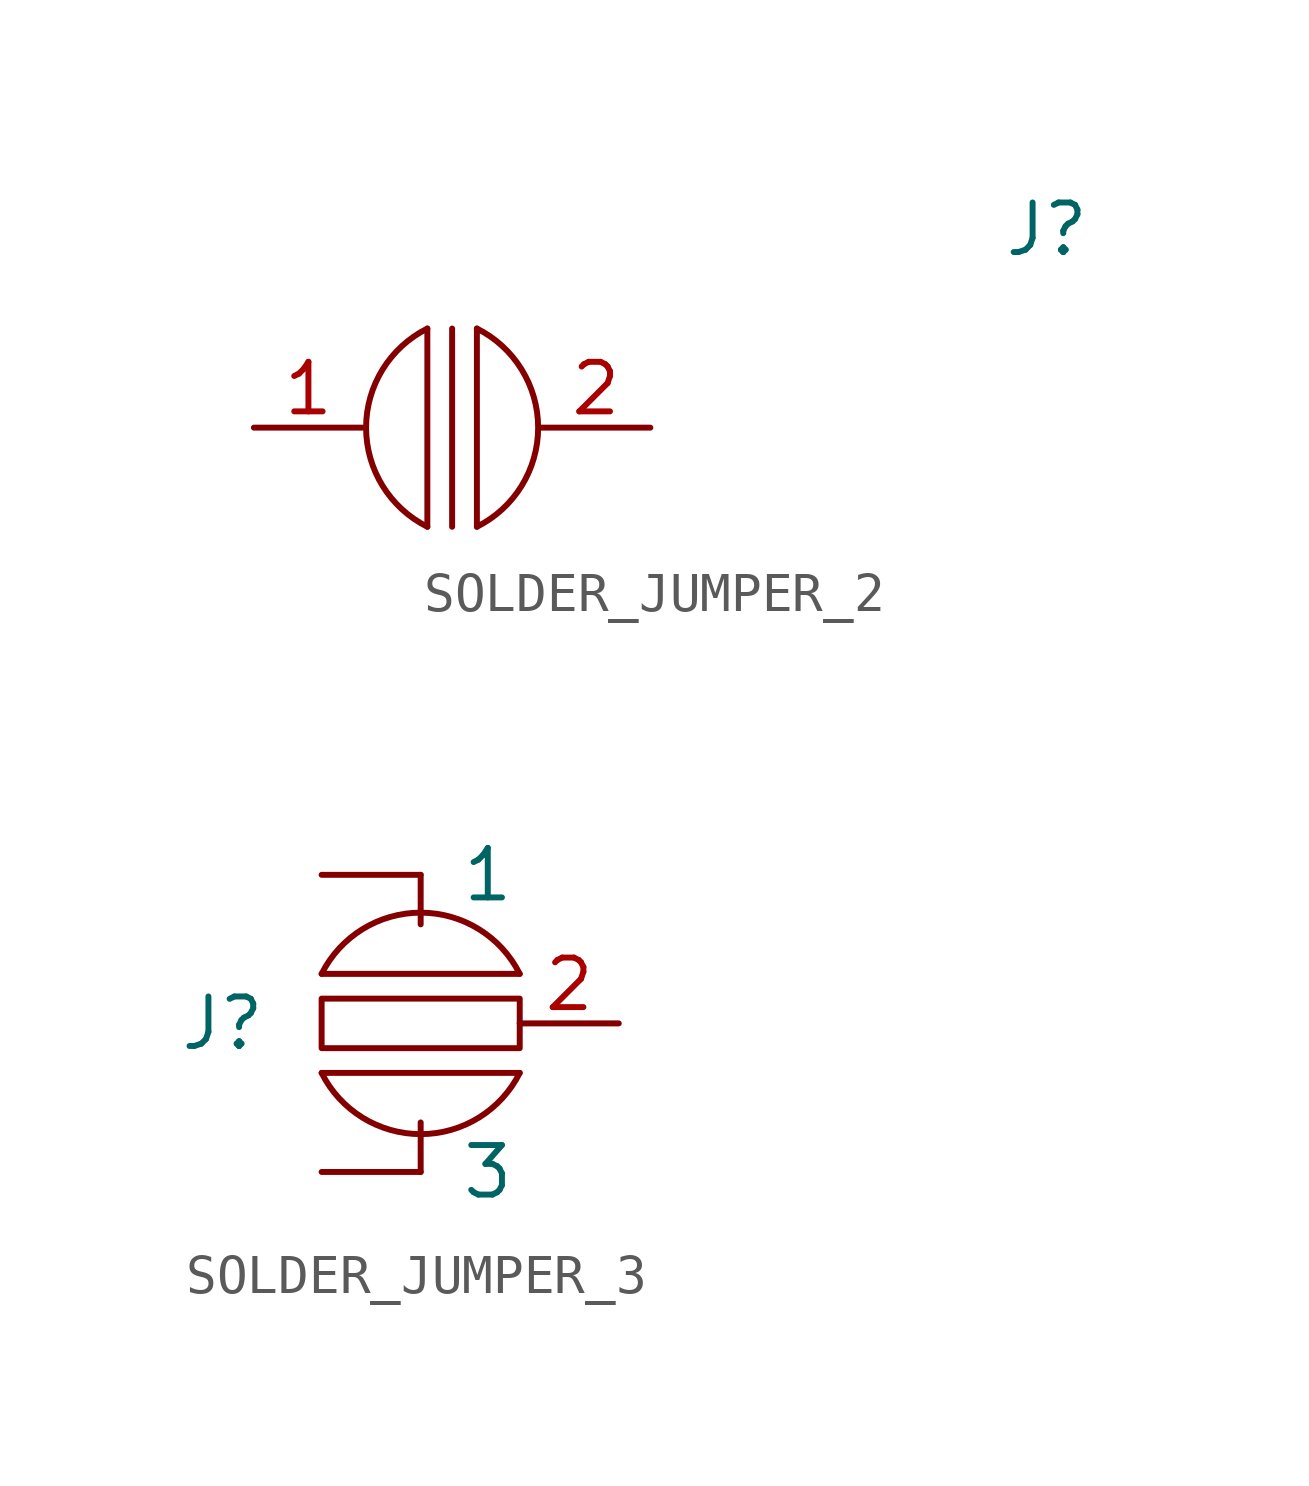
<source format=kicad_sym>
(kicad_symbol_lib
  (version 20211014)
  (generator kicad_symbol_editor)
  (symbol "SOLDER_JUMPER_2"
    (pin_names
      (offset 1.016))
    (property "Reference" "J"
      (at 15.24 5.08 0)
      (effects (font (size 1.27 1.27))))
    (symbol "SOLDER_JUMPER_2_0_1"
      (arc (start -0.635 2.54) (mid -2.2048 0) (end -0.635 -2.54) (stroke (width 0) (type default) (color 0 0 0 0)) (fill (type none)))
      (polyline (pts (xy -0.635 -2.54) (xy -0.635 2.54)) (stroke (width 0) (type default) (color 0 0 0 0)) (fill (type none)))
      (polyline (pts (xy 0 2.54) (xy 0 -2.54)) (stroke (width 0) (type default) (color 0 0 0 0)) (fill (type none)))
      (polyline (pts (xy 0.635 2.54) (xy 0.635 -2.54)) (stroke (width 0) (type default) (color 0 0 0 0)) (fill (type none)))
      (arc (start 0.635 -2.54) (mid 2.2048 0) (end 0.635 2.54) (stroke (width 0) (type default) (color 0 0 0 0)) (fill (type none))))
    (symbol "SOLDER_JUMPER_2_1_1"
      (pin bidirectional line (at -5.08 0 0) (length 2.794) (name "~" (effects (font (size 1.27 1.27)))) (number "1" (effects (font (size 1.27 1.27)))))
      (pin bidirectional line (at 5.08 0 180) (length 2.794) (name "~" (effects (font (size 1.27 1.27)))) (number "2" (effects (font (size 1.27 1.27)))))))
  (symbol "SOLDER_JUMPER_3"
    (pin_names
      (offset 1.016))
    (property "Reference" "J"
      (at -5.08 0 0)
      (effects (font (size 1.27 1.27))))
    (symbol "SOLDER_JUMPER_3_0_1"
      (arc (start -2.54 -1.27) (mid 0 -2.8398) (end 2.54 -1.27) (stroke (width 0) (type default) (color 0 0 0 0)) (fill (type none)))
      (rectangle (start -2.54 0.635) (end 2.54 -0.635) (stroke (width 0) (type default) (color 0 0 0 0)) (fill (type none)))
      (polyline (pts (xy -2.54 1.27) (xy 2.54 1.27)) (stroke (width 0) (type default) (color 0 0 0 0)) (fill (type none)))
      (polyline (pts (xy 0 -3.81) (xy 0 -2.54)) (stroke (width 0) (type default) (color 0 0 0 0)) (fill (type none)))
      (polyline (pts (xy 0 3.81) (xy 0 2.54)) (stroke (width 0) (type default) (color 0 0 0 0)) (fill (type none)))
      (polyline (pts (xy 2.54 -1.27) (xy -2.54 -1.27)) (stroke (width 0) (type default) (color 0 0 0 0)) (fill (type none)))
      (arc (start 2.54 1.27) (mid 0 2.8398) (end -2.54 1.27) (stroke (width 0) (type default) (color 0 0 0 0)) (fill (type none))))
    (symbol "SOLDER_JUMPER_3_1_1"
      (pin bidirectional line (at 5.08 0 180) (length 2.54) (name "~" (effects (font (size 1.27 1.27)))) (number "2" (effects (font (size 1.27 1.27)))))
      (pin bidirectional line (at -2.54 3.81 0) (length 2.54) (name "1" (effects (font (size 1.27 1.27)))) (number "~" (effects (font (size 1.27 1.27)))))
      (pin bidirectional line (at -2.54 -3.81 0) (length 2.54) (name "3" (effects (font (size 1.27 1.27)))) (number "~" (effects (font (size 1.27 1.27))))))))
</source>
